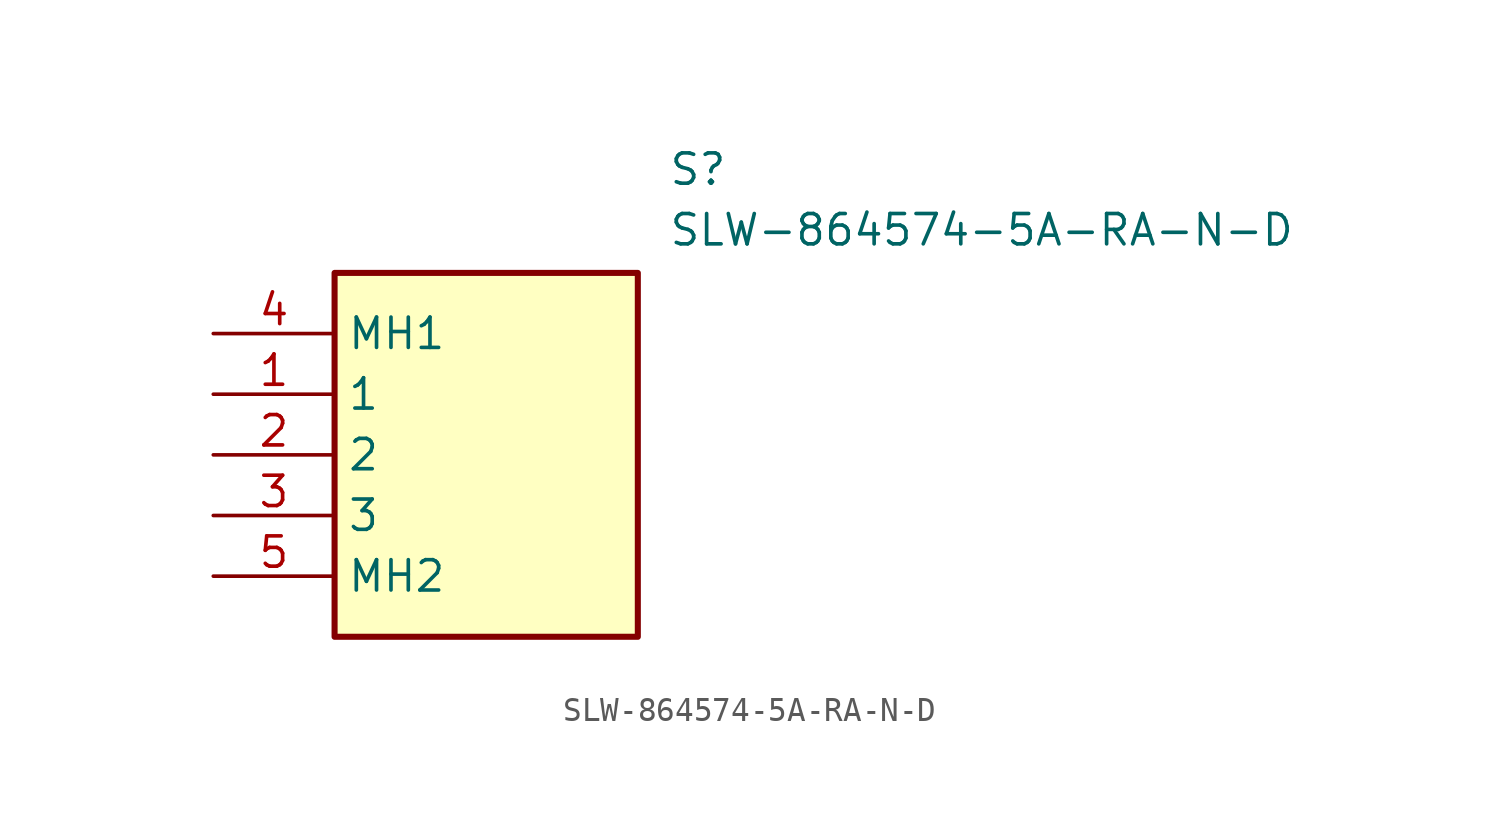
<source format=kicad_sym>
(kicad_symbol_lib
  (version 20211014)
  (generator SamacSys_ECAD_Model)
  (symbol "SLW-864574-5A-RA-N-D"
    (property "Reference" "S"
      (at 19.05 7.62 0)
      (effects (font (size 1.27 1.27)) (justify left top)))
    (property "Value" "SLW-864574-5A-RA-N-D"
      (at 19.05 5.08 0)
      (effects (font (size 1.27 1.27)) (justify left top)))
    (rectangle
      (start 5.08 2.54)
      (end 17.78 -12.7)
      (stroke (width 0.254) (type default))
      (fill (type background)))
    (pin passive line
      (at 0 -2.54 0)
      (length 5.08)
      (name "1" (effects (font (size 1.27 1.27))))
      (number "1" (effects (font (size 1.27 1.27)))))
    (pin passive line
      (at 0 -5.08 0)
      (length 5.08)
      (name "2" (effects (font (size 1.27 1.27))))
      (number "2" (effects (font (size 1.27 1.27)))))
    (pin passive line
      (at 0 -7.62 0)
      (length 5.08)
      (name "3" (effects (font (size 1.27 1.27))))
      (number "3" (effects (font (size 1.27 1.27)))))
    (pin passive line
      (at 0 0 0)
      (length 5.08)
      (name "MH1" (effects (font (size 1.27 1.27))))
      (number "4" (effects (font (size 1.27 1.27)))))
    (pin passive line
      (at 0 -10.16 0)
      (length 5.08)
      (name "MH2" (effects (font (size 1.27 1.27))))
      (number "5" (effects (font (size 1.27 1.27)))))))
</source>
